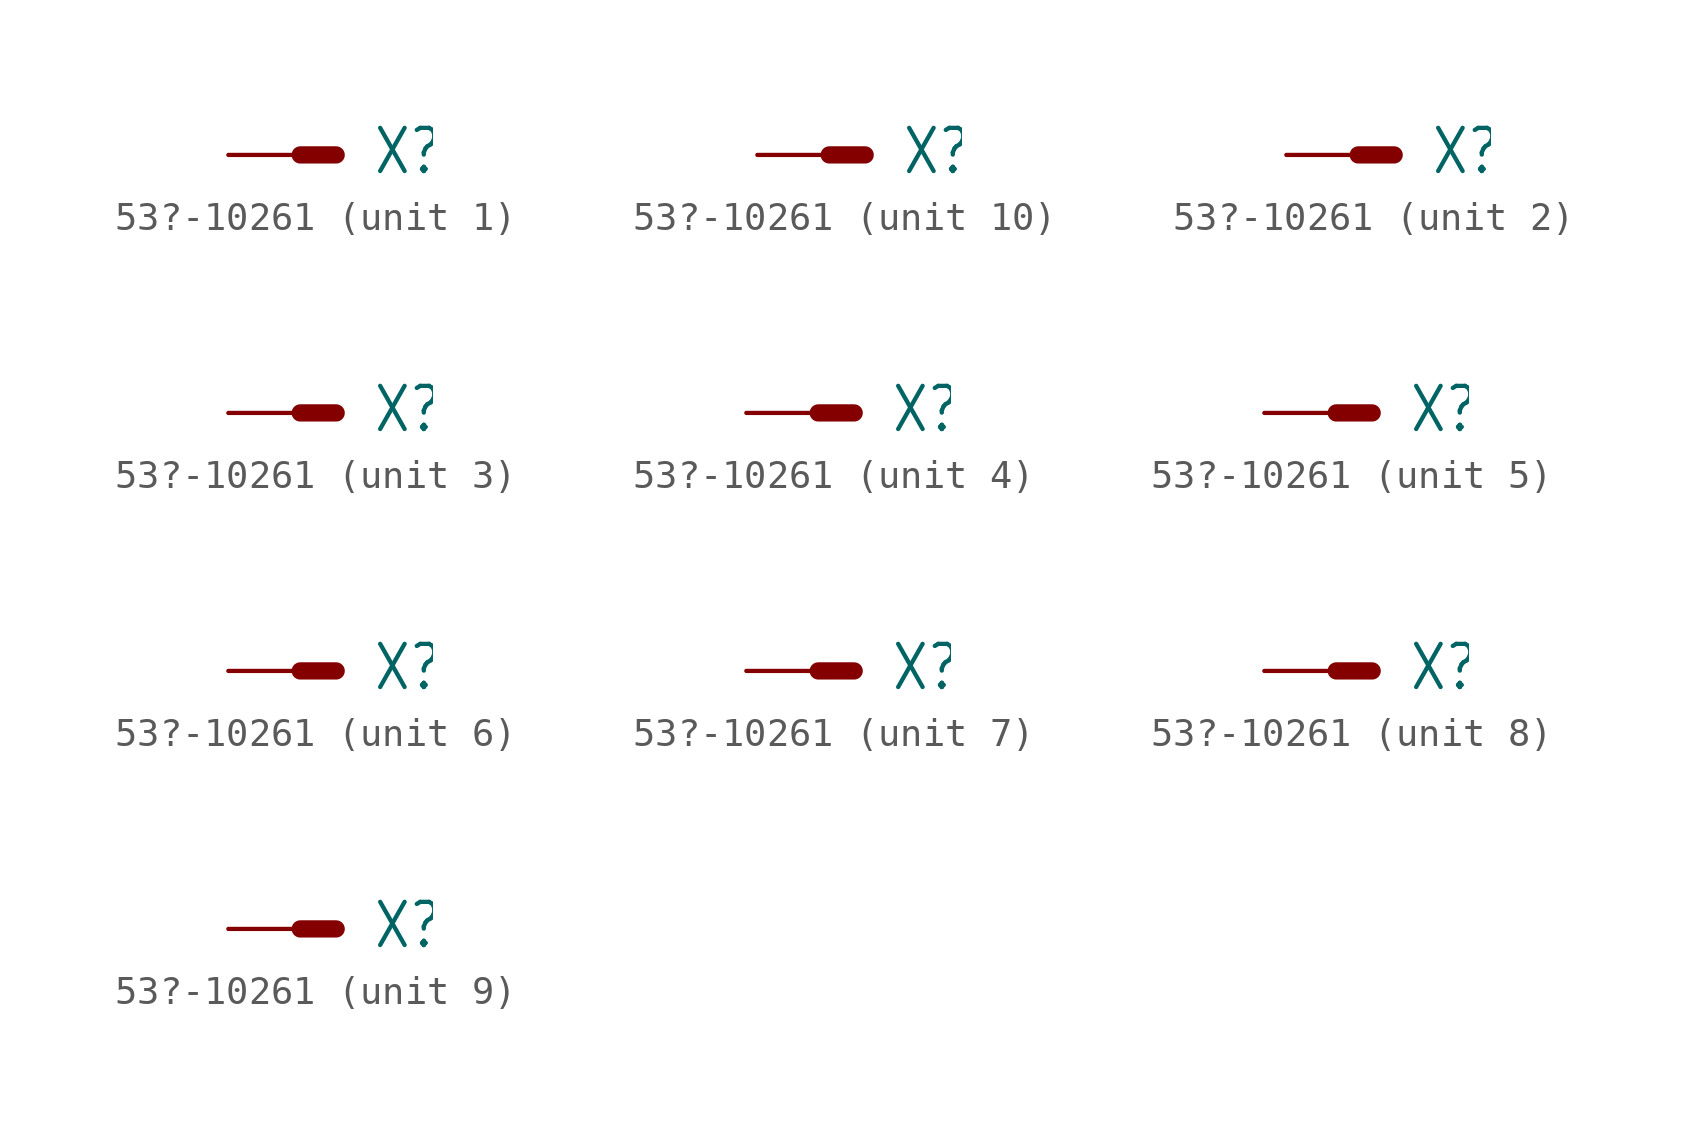
<source format=kicad_sym>
(kicad_symbol_lib
  (version 20211014)
  (generator kicad_symbol_editor)
  (symbol "53?-10261"
    (property "Reference" "X"
      (at 2.54 -0.762 0)
      (effects (font (size 1.524 1.295)) (justify left bottom)))
    (property "ki_locked" ""
      (at 0 0 0)
      (effects (font (size 1.27 1.27))))
    (symbol "53?-10261_1_0"
      (polyline (pts (xy 1.27 0) (xy 0 0)) (stroke (width 0.61) (type default) (color 0 0 0 0)) (fill (type none)))
      (pin passive line (at -2.54 0 0) (length 2.54) (name "S" (effects (font (size 0 0)))) (number "1" (effects (font (size 0 0))))))
    (symbol "53?-10261_2_0"
      (polyline (pts (xy 1.27 0) (xy 0 0)) (stroke (width 0.61) (type default) (color 0 0 0 0)) (fill (type none)))
      (pin passive line (at -2.54 0 0) (length 2.54) (name "S" (effects (font (size 0 0)))) (number "2" (effects (font (size 0 0))))))
    (symbol "53?-10261_3_0"
      (polyline (pts (xy 1.27 0) (xy 0 0)) (stroke (width 0.61) (type default) (color 0 0 0 0)) (fill (type none)))
      (pin passive line (at -2.54 0 0) (length 2.54) (name "S" (effects (font (size 0 0)))) (number "3" (effects (font (size 0 0))))))
    (symbol "53?-10261_4_0"
      (polyline (pts (xy 1.27 0) (xy 0 0)) (stroke (width 0.61) (type default) (color 0 0 0 0)) (fill (type none)))
      (pin passive line (at -2.54 0 0) (length 2.54) (name "S" (effects (font (size 0 0)))) (number "4" (effects (font (size 0 0))))))
    (symbol "53?-10261_5_0"
      (polyline (pts (xy 1.27 0) (xy 0 0)) (stroke (width 0.61) (type default) (color 0 0 0 0)) (fill (type none)))
      (pin passive line (at -2.54 0 0) (length 2.54) (name "S" (effects (font (size 0 0)))) (number "5" (effects (font (size 0 0))))))
    (symbol "53?-10261_6_0"
      (polyline (pts (xy 1.27 0) (xy 0 0)) (stroke (width 0.61) (type default) (color 0 0 0 0)) (fill (type none)))
      (pin passive line (at -2.54 0 0) (length 2.54) (name "S" (effects (font (size 0 0)))) (number "6" (effects (font (size 0 0))))))
    (symbol "53?-10261_7_0"
      (polyline (pts (xy 1.27 0) (xy 0 0)) (stroke (width 0.61) (type default) (color 0 0 0 0)) (fill (type none)))
      (pin passive line (at -2.54 0 0) (length 2.54) (name "S" (effects (font (size 0 0)))) (number "7" (effects (font (size 0 0))))))
    (symbol "53?-10261_8_0"
      (polyline (pts (xy 1.27 0) (xy 0 0)) (stroke (width 0.61) (type default) (color 0 0 0 0)) (fill (type none)))
      (pin passive line (at -2.54 0 0) (length 2.54) (name "S" (effects (font (size 0 0)))) (number "8" (effects (font (size 0 0))))))
    (symbol "53?-10261_9_0"
      (polyline (pts (xy 1.27 0) (xy 0 0)) (stroke (width 0.61) (type default) (color 0 0 0 0)) (fill (type none)))
      (pin passive line (at -2.54 0 0) (length 2.54) (name "S" (effects (font (size 0 0)))) (number "9" (effects (font (size 0 0))))))
    (symbol "53?-10261_10_0"
      (polyline (pts (xy 1.27 0) (xy 0 0)) (stroke (width 0.61) (type default) (color 0 0 0 0)) (fill (type none)))
      (pin passive line (at -2.54 0 0) (length 2.54) (name "S" (effects (font (size 0 0)))) (number "10" (effects (font (size 0 0))))))))
</source>
